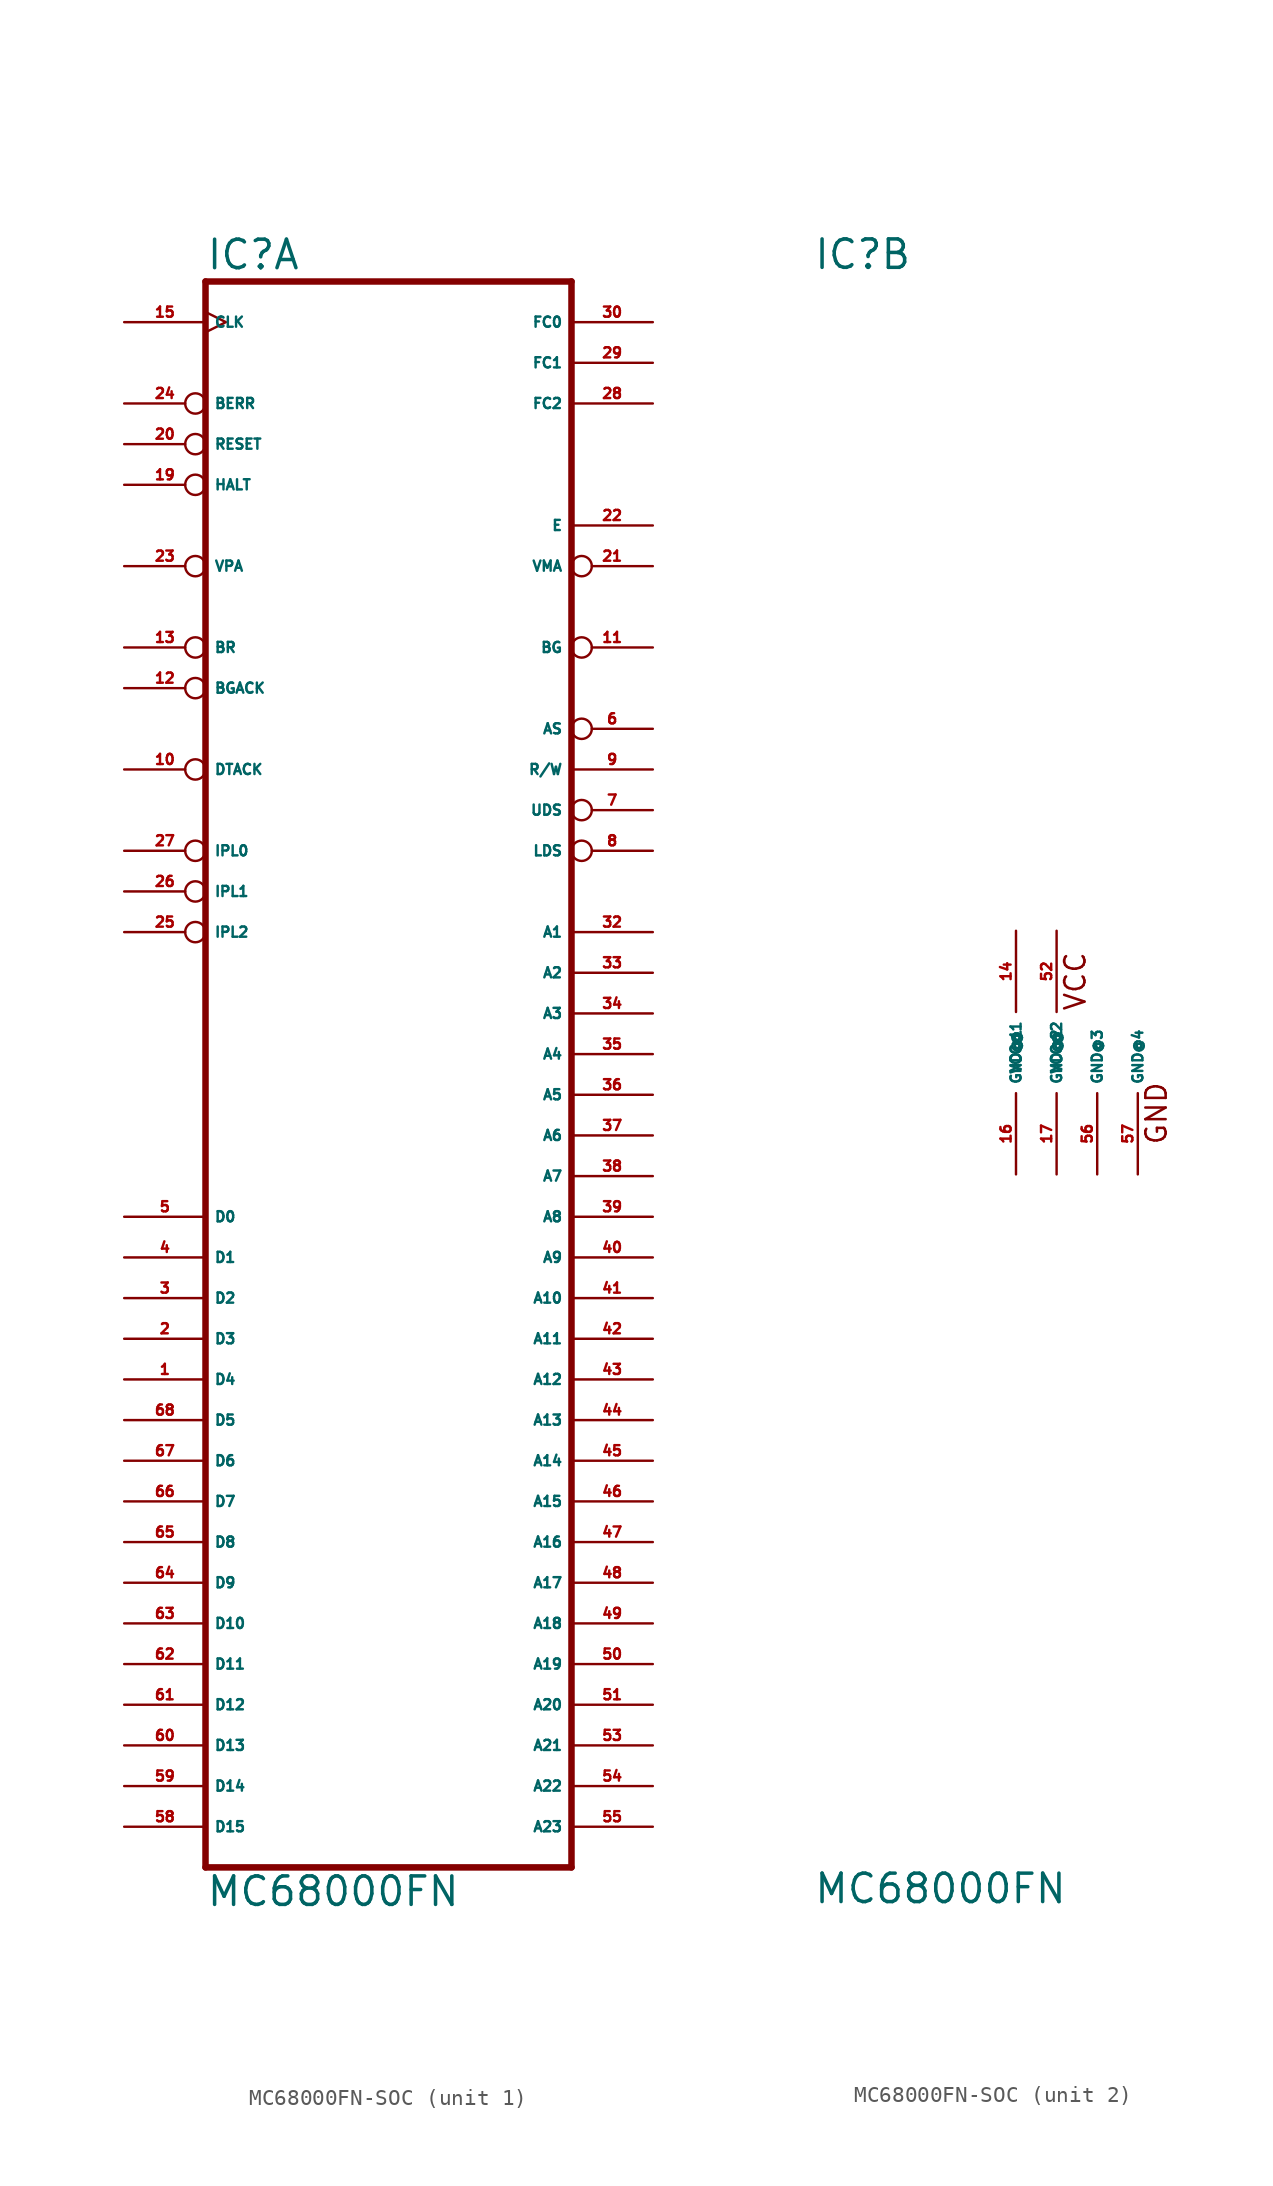
<source format=kicad_sym>
(kicad_symbol_lib
  (version 20220914)
  (generator Eagle2Kicad)
  (symbol "MC68000FN-SOC"
    (property "Reference" "IC"
      (at -12.7 48.895 0)
      (effects (font (size 1.778 1.778) (thickness 0.22)) (justify left bottom)))
    (property "Value" "MC68000FN"
      (at -12.7 -53.34 0)
      (effects (font (size 1.778 1.778) (thickness 0.22)) (justify left bottom)))
    (symbol "MC68000FN-SOC_1_0"
      (polyline (pts (xy -12.7 -50.8) (xy 10.16 -50.8)) (stroke (width 0.406) (type default)) (fill (type none)))
      (polyline (pts (xy 10.16 48.26) (xy 10.16 -50.8)) (stroke (width 0.406) (type default)) (fill (type none)))
      (polyline (pts (xy 10.16 48.26) (xy -12.7 48.26)) (stroke (width 0.406) (type default)) (fill (type none)))
      (polyline (pts (xy -12.7 -50.8) (xy -12.7 48.26)) (stroke (width 0.406) (type default)) (fill (type none)))
      (pin input clock (at -17.78 45.72 0) (length 5.08) (name "CLK" (effects (font (size 0.635 0.635) (thickness 0.08)) (justify left bottom))) (number "15" (effects (font (size 0.635 0.635) (thickness 0.08)) (justify left bottom))))
      (pin input inverted (at -17.78 30.48 0) (length 5.08) (name "VPA" (effects (font (size 0.635 0.635) (thickness 0.08)) (justify left bottom))) (number "23" (effects (font (size 0.635 0.635) (thickness 0.08)) (justify left bottom))))
      (pin input inverted (at -17.78 40.64 0) (length 5.08) (name "BERR" (effects (font (size 0.635 0.635) (thickness 0.08)) (justify left bottom))) (number "24" (effects (font (size 0.635 0.635) (thickness 0.08)) (justify left bottom))))
      (pin bidirectional inverted (at -17.78 38.1 0) (length 5.08) (name "RESET" (effects (font (size 0.635 0.635) (thickness 0.08)) (justify left bottom))) (number "20" (effects (font (size 0.635 0.635) (thickness 0.08)) (justify left bottom))))
      (pin bidirectional inverted (at -17.78 35.56 0) (length 5.08) (name "HALT" (effects (font (size 0.635 0.635) (thickness 0.08)) (justify left bottom))) (number "19" (effects (font (size 0.635 0.635) (thickness 0.08)) (justify left bottom))))
      (pin input inverted (at -17.78 17.78 0) (length 5.08) (name "DTACK" (effects (font (size 0.635 0.635) (thickness 0.08)) (justify left bottom))) (number "10" (effects (font (size 0.635 0.635) (thickness 0.08)) (justify left bottom))))
      (pin input inverted (at -17.78 25.4 0) (length 5.08) (name "BR" (effects (font (size 0.635 0.635) (thickness 0.08)) (justify left bottom))) (number "13" (effects (font (size 0.635 0.635) (thickness 0.08)) (justify left bottom))))
      (pin input inverted (at -17.78 22.86 0) (length 5.08) (name "BGACK" (effects (font (size 0.635 0.635) (thickness 0.08)) (justify left bottom))) (number "12" (effects (font (size 0.635 0.635) (thickness 0.08)) (justify left bottom))))
      (pin input inverted (at -17.78 12.7 0) (length 5.08) (name "IPL0" (effects (font (size 0.635 0.635) (thickness 0.08)) (justify left bottom))) (number "27" (effects (font (size 0.635 0.635) (thickness 0.08)) (justify left bottom))))
      (pin bidirectional line (at -17.78 -10.16 0) (length 5.08) (name "D0" (effects (font (size 0.635 0.635) (thickness 0.08)) (justify left bottom))) (number "5" (effects (font (size 0.635 0.635) (thickness 0.08)) (justify left bottom))))
      (pin bidirectional line (at -17.78 -12.7 0) (length 5.08) (name "D1" (effects (font (size 0.635 0.635) (thickness 0.08)) (justify left bottom))) (number "4" (effects (font (size 0.635 0.635) (thickness 0.08)) (justify left bottom))))
      (pin bidirectional line (at -17.78 -15.24 0) (length 5.08) (name "D2" (effects (font (size 0.635 0.635) (thickness 0.08)) (justify left bottom))) (number "3" (effects (font (size 0.635 0.635) (thickness 0.08)) (justify left bottom))))
      (pin bidirectional line (at -17.78 -17.78 0) (length 5.08) (name "D3" (effects (font (size 0.635 0.635) (thickness 0.08)) (justify left bottom))) (number "2" (effects (font (size 0.635 0.635) (thickness 0.08)) (justify left bottom))))
      (pin bidirectional line (at -17.78 -20.32 0) (length 5.08) (name "D4" (effects (font (size 0.635 0.635) (thickness 0.08)) (justify left bottom))) (number "1" (effects (font (size 0.635 0.635) (thickness 0.08)) (justify left bottom))))
      (pin bidirectional line (at -17.78 -22.86 0) (length 5.08) (name "D5" (effects (font (size 0.635 0.635) (thickness 0.08)) (justify left bottom))) (number "68" (effects (font (size 0.635 0.635) (thickness 0.08)) (justify left bottom))))
      (pin bidirectional line (at -17.78 -25.4 0) (length 5.08) (name "D6" (effects (font (size 0.635 0.635) (thickness 0.08)) (justify left bottom))) (number "67" (effects (font (size 0.635 0.635) (thickness 0.08)) (justify left bottom))))
      (pin bidirectional line (at -17.78 -27.94 0) (length 5.08) (name "D7" (effects (font (size 0.635 0.635) (thickness 0.08)) (justify left bottom))) (number "66" (effects (font (size 0.635 0.635) (thickness 0.08)) (justify left bottom))))
      (pin bidirectional line (at -17.78 -30.48 0) (length 5.08) (name "D8" (effects (font (size 0.635 0.635) (thickness 0.08)) (justify left bottom))) (number "65" (effects (font (size 0.635 0.635) (thickness 0.08)) (justify left bottom))))
      (pin bidirectional line (at -17.78 -33.02 0) (length 5.08) (name "D9" (effects (font (size 0.635 0.635) (thickness 0.08)) (justify left bottom))) (number "64" (effects (font (size 0.635 0.635) (thickness 0.08)) (justify left bottom))))
      (pin bidirectional line (at -17.78 -35.56 0) (length 5.08) (name "D10" (effects (font (size 0.635 0.635) (thickness 0.08)) (justify left bottom))) (number "63" (effects (font (size 0.635 0.635) (thickness 0.08)) (justify left bottom))))
      (pin bidirectional line (at -17.78 -38.1 0) (length 5.08) (name "D11" (effects (font (size 0.635 0.635) (thickness 0.08)) (justify left bottom))) (number "62" (effects (font (size 0.635 0.635) (thickness 0.08)) (justify left bottom))))
      (pin bidirectional line (at -17.78 -40.64 0) (length 5.08) (name "D12" (effects (font (size 0.635 0.635) (thickness 0.08)) (justify left bottom))) (number "61" (effects (font (size 0.635 0.635) (thickness 0.08)) (justify left bottom))))
      (pin bidirectional line (at -17.78 -43.18 0) (length 5.08) (name "D13" (effects (font (size 0.635 0.635) (thickness 0.08)) (justify left bottom))) (number "60" (effects (font (size 0.635 0.635) (thickness 0.08)) (justify left bottom))))
      (pin bidirectional line (at -17.78 -45.72 0) (length 5.08) (name "D14" (effects (font (size 0.635 0.635) (thickness 0.08)) (justify left bottom))) (number "59" (effects (font (size 0.635 0.635) (thickness 0.08)) (justify left bottom))))
      (pin bidirectional line (at -17.78 -48.26 0) (length 5.08) (name "D15" (effects (font (size 0.635 0.635) (thickness 0.08)) (justify left bottom))) (number "58" (effects (font (size 0.635 0.635) (thickness 0.08)) (justify left bottom))))
      (pin output line (at 15.24 33.02 180) (length 5.08) (name "E" (effects (font (size 0.635 0.635) (thickness 0.08)) (justify left bottom))) (number "22" (effects (font (size 0.635 0.635) (thickness 0.08)) (justify left bottom))))
      (pin output inverted (at 15.24 30.48 180) (length 5.08) (name "VMA" (effects (font (size 0.635 0.635) (thickness 0.08)) (justify left bottom))) (number "21" (effects (font (size 0.635 0.635) (thickness 0.08)) (justify left bottom))))
      (pin output line (at 15.24 45.72 180) (length 5.08) (name "FC0" (effects (font (size 0.635 0.635) (thickness 0.08)) (justify left bottom))) (number "30" (effects (font (size 0.635 0.635) (thickness 0.08)) (justify left bottom))))
      (pin output line (at 15.24 43.18 180) (length 5.08) (name "FC1" (effects (font (size 0.635 0.635) (thickness 0.08)) (justify left bottom))) (number "29" (effects (font (size 0.635 0.635) (thickness 0.08)) (justify left bottom))))
      (pin output line (at 15.24 40.64 180) (length 5.08) (name "FC2" (effects (font (size 0.635 0.635) (thickness 0.08)) (justify left bottom))) (number "28" (effects (font (size 0.635 0.635) (thickness 0.08)) (justify left bottom))))
      (pin output inverted (at 15.24 20.32 180) (length 5.08) (name "AS" (effects (font (size 0.635 0.635) (thickness 0.08)) (justify left bottom))) (number "6" (effects (font (size 0.635 0.635) (thickness 0.08)) (justify left bottom))))
      (pin output line (at 15.24 17.78 180) (length 5.08) (name "R/W" (effects (font (size 0.635 0.635) (thickness 0.08)) (justify left bottom))) (number "9" (effects (font (size 0.635 0.635) (thickness 0.08)) (justify left bottom))))
      (pin output inverted (at 15.24 15.24 180) (length 5.08) (name "UDS" (effects (font (size 0.635 0.635) (thickness 0.08)) (justify left bottom))) (number "7" (effects (font (size 0.635 0.635) (thickness 0.08)) (justify left bottom))))
      (pin output inverted (at 15.24 12.7 180) (length 5.08) (name "LDS" (effects (font (size 0.635 0.635) (thickness 0.08)) (justify left bottom))) (number "8" (effects (font (size 0.635 0.635) (thickness 0.08)) (justify left bottom))))
      (pin output inverted (at 15.24 25.4 180) (length 5.08) (name "BG" (effects (font (size 0.635 0.635) (thickness 0.08)) (justify left bottom))) (number "11" (effects (font (size 0.635 0.635) (thickness 0.08)) (justify left bottom))))
      (pin output line (at 15.24 7.62 180) (length 5.08) (name "A1" (effects (font (size 0.635 0.635) (thickness 0.08)) (justify left bottom))) (number "32" (effects (font (size 0.635 0.635) (thickness 0.08)) (justify left bottom))))
      (pin output line (at 15.24 5.08 180) (length 5.08) (name "A2" (effects (font (size 0.635 0.635) (thickness 0.08)) (justify left bottom))) (number "33" (effects (font (size 0.635 0.635) (thickness 0.08)) (justify left bottom))))
      (pin output line (at 15.24 2.54 180) (length 5.08) (name "A3" (effects (font (size 0.635 0.635) (thickness 0.08)) (justify left bottom))) (number "34" (effects (font (size 0.635 0.635) (thickness 0.08)) (justify left bottom))))
      (pin output line (at 15.24 0 180) (length 5.08) (name "A4" (effects (font (size 0.635 0.635) (thickness 0.08)) (justify left bottom))) (number "35" (effects (font (size 0.635 0.635) (thickness 0.08)) (justify left bottom))))
      (pin output line (at 15.24 -2.54 180) (length 5.08) (name "A5" (effects (font (size 0.635 0.635) (thickness 0.08)) (justify left bottom))) (number "36" (effects (font (size 0.635 0.635) (thickness 0.08)) (justify left bottom))))
      (pin output line (at 15.24 -5.08 180) (length 5.08) (name "A6" (effects (font (size 0.635 0.635) (thickness 0.08)) (justify left bottom))) (number "37" (effects (font (size 0.635 0.635) (thickness 0.08)) (justify left bottom))))
      (pin output line (at 15.24 -7.62 180) (length 5.08) (name "A7" (effects (font (size 0.635 0.635) (thickness 0.08)) (justify left bottom))) (number "38" (effects (font (size 0.635 0.635) (thickness 0.08)) (justify left bottom))))
      (pin output line (at 15.24 -12.7 180) (length 5.08) (name "A9" (effects (font (size 0.635 0.635) (thickness 0.08)) (justify left bottom))) (number "40" (effects (font (size 0.635 0.635) (thickness 0.08)) (justify left bottom))))
      (pin output line (at 15.24 -10.16 180) (length 5.08) (name "A8" (effects (font (size 0.635 0.635) (thickness 0.08)) (justify left bottom))) (number "39" (effects (font (size 0.635 0.635) (thickness 0.08)) (justify left bottom))))
      (pin output line (at 15.24 -15.24 180) (length 5.08) (name "A10" (effects (font (size 0.635 0.635) (thickness 0.08)) (justify left bottom))) (number "41" (effects (font (size 0.635 0.635) (thickness 0.08)) (justify left bottom))))
      (pin output line (at 15.24 -17.78 180) (length 5.08) (name "A11" (effects (font (size 0.635 0.635) (thickness 0.08)) (justify left bottom))) (number "42" (effects (font (size 0.635 0.635) (thickness 0.08)) (justify left bottom))))
      (pin output line (at 15.24 -20.32 180) (length 5.08) (name "A12" (effects (font (size 0.635 0.635) (thickness 0.08)) (justify left bottom))) (number "43" (effects (font (size 0.635 0.635) (thickness 0.08)) (justify left bottom))))
      (pin output line (at 15.24 -22.86 180) (length 5.08) (name "A13" (effects (font (size 0.635 0.635) (thickness 0.08)) (justify left bottom))) (number "44" (effects (font (size 0.635 0.635) (thickness 0.08)) (justify left bottom))))
      (pin output line (at 15.24 -25.4 180) (length 5.08) (name "A14" (effects (font (size 0.635 0.635) (thickness 0.08)) (justify left bottom))) (number "45" (effects (font (size 0.635 0.635) (thickness 0.08)) (justify left bottom))))
      (pin output line (at 15.24 -27.94 180) (length 5.08) (name "A15" (effects (font (size 0.635 0.635) (thickness 0.08)) (justify left bottom))) (number "46" (effects (font (size 0.635 0.635) (thickness 0.08)) (justify left bottom))))
      (pin output line (at 15.24 -30.48 180) (length 5.08) (name "A16" (effects (font (size 0.635 0.635) (thickness 0.08)) (justify left bottom))) (number "47" (effects (font (size 0.635 0.635) (thickness 0.08)) (justify left bottom))))
      (pin output line (at 15.24 -33.02 180) (length 5.08) (name "A17" (effects (font (size 0.635 0.635) (thickness 0.08)) (justify left bottom))) (number "48" (effects (font (size 0.635 0.635) (thickness 0.08)) (justify left bottom))))
      (pin output line (at 15.24 -35.56 180) (length 5.08) (name "A18" (effects (font (size 0.635 0.635) (thickness 0.08)) (justify left bottom))) (number "49" (effects (font (size 0.635 0.635) (thickness 0.08)) (justify left bottom))))
      (pin output line (at 15.24 -38.1 180) (length 5.08) (name "A19" (effects (font (size 0.635 0.635) (thickness 0.08)) (justify left bottom))) (number "50" (effects (font (size 0.635 0.635) (thickness 0.08)) (justify left bottom))))
      (pin output line (at 15.24 -40.64 180) (length 5.08) (name "A20" (effects (font (size 0.635 0.635) (thickness 0.08)) (justify left bottom))) (number "51" (effects (font (size 0.635 0.635) (thickness 0.08)) (justify left bottom))))
      (pin output line (at 15.24 -43.18 180) (length 5.08) (name "A21" (effects (font (size 0.635 0.635) (thickness 0.08)) (justify left bottom))) (number "53" (effects (font (size 0.635 0.635) (thickness 0.08)) (justify left bottom))))
      (pin output line (at 15.24 -45.72 180) (length 5.08) (name "A22" (effects (font (size 0.635 0.635) (thickness 0.08)) (justify left bottom))) (number "54" (effects (font (size 0.635 0.635) (thickness 0.08)) (justify left bottom))))
      (pin output line (at 15.24 -48.26 180) (length 5.08) (name "A23" (effects (font (size 0.635 0.635) (thickness 0.08)) (justify left bottom))) (number "55" (effects (font (size 0.635 0.635) (thickness 0.08)) (justify left bottom))))
      (pin input inverted (at -17.78 10.16 0) (length 5.08) (name "IPL1" (effects (font (size 0.635 0.635) (thickness 0.08)) (justify left bottom))) (number "26" (effects (font (size 0.635 0.635) (thickness 0.08)) (justify left bottom))))
      (pin input inverted (at -17.78 7.62 0) (length 5.08) (name "IPL2" (effects (font (size 0.635 0.635) (thickness 0.08)) (justify left bottom))) (number "25" (effects (font (size 0.635 0.635) (thickness 0.08)) (justify left bottom)))))
    (symbol "MC68000FN-SOC_2_0"
      (text "GND" (at 9.525 -5.842 900) (effects (font (size 1.27 1.27) (thickness 0.16)) (justify left bottom)))
      (text "VCC" (at 4.445 2.54 900) (effects (font (size 1.27 1.27) (thickness 0.16)) (justify left bottom)))
      (pin unspecified line (at 0 7.62 270) (length 5.08) (name "VCC@1" (effects (font (size 0.635 0.635) (thickness 0.08)) (justify left bottom))) (number "14" (effects (font (size 0.635 0.635) (thickness 0.08)) (justify left bottom))))
      (pin unspecified line (at 2.54 7.62 270) (length 5.08) (name "VCC@2" (effects (font (size 0.635 0.635) (thickness 0.08)) (justify left bottom))) (number "52" (effects (font (size 0.635 0.635) (thickness 0.08)) (justify left bottom))))
      (pin unspecified line (at 7.62 -7.62 90) (length 5.08) (name "GND@4" (effects (font (size 0.635 0.635) (thickness 0.08)) (justify left bottom))) (number "57" (effects (font (size 0.635 0.635) (thickness 0.08)) (justify left bottom))))
      (pin unspecified line (at 5.08 -7.62 90) (length 5.08) (name "GND@3" (effects (font (size 0.635 0.635) (thickness 0.08)) (justify left bottom))) (number "56" (effects (font (size 0.635 0.635) (thickness 0.08)) (justify left bottom))))
      (pin unspecified line (at 2.54 -7.62 90) (length 5.08) (name "GND@2" (effects (font (size 0.635 0.635) (thickness 0.08)) (justify left bottom))) (number "17" (effects (font (size 0.635 0.635) (thickness 0.08)) (justify left bottom))))
      (pin unspecified line (at 0 -7.62 90) (length 5.08) (name "GND@1" (effects (font (size 0.635 0.635) (thickness 0.08)) (justify left bottom))) (number "16" (effects (font (size 0.635 0.635) (thickness 0.08)) (justify left bottom)))))))
</source>
